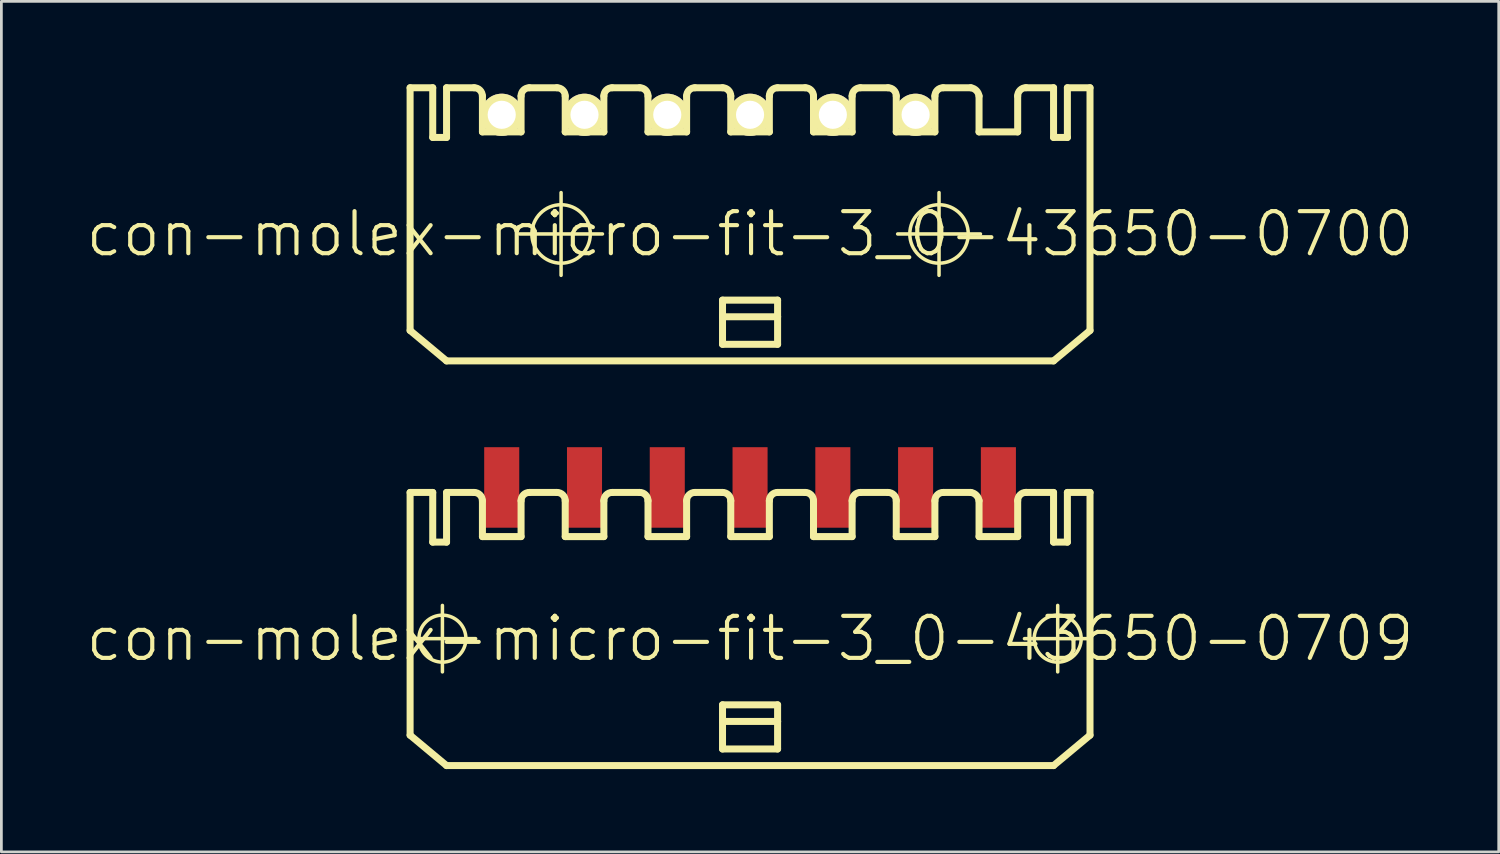
<source format=kicad_pcb>
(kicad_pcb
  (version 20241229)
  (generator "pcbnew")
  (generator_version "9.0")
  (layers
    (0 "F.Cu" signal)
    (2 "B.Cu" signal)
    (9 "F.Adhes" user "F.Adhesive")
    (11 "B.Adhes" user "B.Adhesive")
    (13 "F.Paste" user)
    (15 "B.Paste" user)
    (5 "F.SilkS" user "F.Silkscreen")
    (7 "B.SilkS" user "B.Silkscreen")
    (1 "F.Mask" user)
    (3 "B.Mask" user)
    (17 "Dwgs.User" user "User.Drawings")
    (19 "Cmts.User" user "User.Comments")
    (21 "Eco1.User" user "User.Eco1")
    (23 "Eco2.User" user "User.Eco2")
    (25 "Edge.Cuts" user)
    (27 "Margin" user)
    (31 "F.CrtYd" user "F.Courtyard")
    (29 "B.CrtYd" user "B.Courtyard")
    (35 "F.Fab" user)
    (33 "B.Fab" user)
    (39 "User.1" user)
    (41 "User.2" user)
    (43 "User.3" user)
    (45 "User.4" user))
  (footprint "con-molex-micro-fit-3_0-43650-0709"
    (layer "F.Cu")
    (at 24.13 20.093)
    (property "Reference" "con-molex-micro-fit-3_0-43650-0709" (at 0 0 0) (layer "F.SilkS") (effects (font (size 1.524 1.524) (thickness 0.15))))
    (attr smd)
    (fp_line (start -12.355 0) (end -9.944 0) (stroke (width 0.127) (type solid)) (layer "F.SilkS"))
    (fp_line (start -12.319 -5.298) (end -11.499 -5.298) (stroke (width 0.254) (type solid)) (layer "F.SilkS"))
    (fp_line (start -12.319 3.498) (end -12.319 -5.298) (stroke (width 0.254) (type solid)) (layer "F.SilkS"))
    (fp_line (start -12.319 3.498) (end -10.998 4.6) (stroke (width 0.254) (type solid)) (layer "F.SilkS"))
    (fp_line (start -11.499 -5.298) (end -11.499 -3.498) (stroke (width 0.254) (type solid)) (layer "F.SilkS"))
    (fp_line (start -11.499 -3.498) (end -10.998 -3.498) (stroke (width 0.254) (type solid)) (layer "F.SilkS"))
    (fp_line (start -11.148 1.204) (end -11.148 -1.204) (stroke (width 0.127) (type solid)) (layer "F.SilkS"))
    (fp_line (start -10.998 -5.298) (end -10 -5.298) (stroke (width 0.254) (type solid)) (layer "F.SilkS"))
    (fp_line (start -10.998 -3.498) (end -10.998 -5.298) (stroke (width 0.254) (type solid)) (layer "F.SilkS"))
    (fp_line (start -9.698 -3.698) (end -9.698 -4.999) (stroke (width 0.254) (type solid)) (layer "F.SilkS"))
    (fp_line (start -9.698 -3.698) (end -8.298 -3.698) (stroke (width 0.254) (type solid)) (layer "F.SilkS"))
    (fp_line (start -8.298 -3.698) (end -8.298 -4.999) (stroke (width 0.254) (type solid)) (layer "F.SilkS"))
    (fp_line (start -7.998 -5.298) (end -6.998 -5.298) (stroke (width 0.254) (type solid)) (layer "F.SilkS"))
    (fp_line (start -6.698 -3.698) (end -6.698 -4.999) (stroke (width 0.254) (type solid)) (layer "F.SilkS"))
    (fp_line (start -6.698 -3.698) (end -5.298 -3.698) (stroke (width 0.254) (type solid)) (layer "F.SilkS"))
    (fp_line (start -5.298 -3.698) (end -5.298 -4.999) (stroke (width 0.254) (type solid)) (layer "F.SilkS"))
    (fp_line (start -4.999 -5.298) (end -3.998 -5.298) (stroke (width 0.254) (type solid)) (layer "F.SilkS"))
    (fp_line (start -3.698 -3.698) (end -3.698 -4.999) (stroke (width 0.254) (type solid)) (layer "F.SilkS"))
    (fp_line (start -3.698 -3.698) (end -2.299 -3.698) (stroke (width 0.254) (type solid)) (layer "F.SilkS"))
    (fp_line (start -2.299 -3.698) (end -2.299 -4.999) (stroke (width 0.254) (type solid)) (layer "F.SilkS"))
    (fp_line (start -1.999 -5.298) (end -0.998 -5.298) (stroke (width 0.254) (type solid)) (layer "F.SilkS"))
    (fp_line (start -0.998 2.398) (end 0.998 2.398) (stroke (width 0.254) (type solid)) (layer "F.SilkS"))
    (fp_line (start -0.998 3) (end -0.998 2.398) (stroke (width 0.254) (type solid)) (layer "F.SilkS"))
    (fp_line (start -0.998 3) (end 0.998 3) (stroke (width 0.254) (type solid)) (layer "F.SilkS"))
    (fp_line (start -0.998 3.998) (end -0.998 3) (stroke (width 0.254) (type solid)) (layer "F.SilkS"))
    (fp_line (start -0.699 -3.698) (end -0.699 -4.999) (stroke (width 0.254) (type solid)) (layer "F.SilkS"))
    (fp_line (start -0.699 -3.698) (end 0.699 -3.698) (stroke (width 0.254) (type solid)) (layer "F.SilkS"))
    (fp_line (start 0.699 -3.698) (end 0.699 -4.999) (stroke (width 0.254) (type solid)) (layer "F.SilkS"))
    (fp_line (start 0.998 -5.298) (end 1.999 -5.298) (stroke (width 0.254) (type solid)) (layer "F.SilkS"))
    (fp_line (start 0.998 2.398) (end 0.998 3) (stroke (width 0.254) (type solid)) (layer "F.SilkS"))
    (fp_line (start 0.998 3) (end 0.998 3.998) (stroke (width 0.254) (type solid)) (layer "F.SilkS"))
    (fp_line (start 0.998 3.998) (end -0.998 3.998) (stroke (width 0.254) (type solid)) (layer "F.SilkS"))
    (fp_line (start 2.299 -3.698) (end 2.299 -4.999) (stroke (width 0.254) (type solid)) (layer "F.SilkS"))
    (fp_line (start 2.299 -3.698) (end 3.698 -3.698) (stroke (width 0.254) (type solid)) (layer "F.SilkS"))
    (fp_line (start 3.698 -3.698) (end 3.698 -4.999) (stroke (width 0.254) (type solid)) (layer "F.SilkS"))
    (fp_line (start 3.998 -5.298) (end 4.999 -5.298) (stroke (width 0.254) (type solid)) (layer "F.SilkS"))
    (fp_line (start 5.298 -3.698) (end 5.298 -4.999) (stroke (width 0.254) (type solid)) (layer "F.SilkS"))
    (fp_line (start 5.298 -3.698) (end 6.698 -3.698) (stroke (width 0.254) (type solid)) (layer "F.SilkS"))
    (fp_line (start 6.698 -3.698) (end 6.698 -4.999) (stroke (width 0.254) (type solid)) (layer "F.SilkS"))
    (fp_line (start 6.998 -5.298) (end 7.998 -5.298) (stroke (width 0.254) (type solid)) (layer "F.SilkS"))
    (fp_line (start 8.298 -4.999) (end 8.298 -3.698) (stroke (width 0.254) (type solid)) (layer "F.SilkS"))
    (fp_line (start 8.298 -3.698) (end 9.698 -3.698) (stroke (width 0.254) (type solid)) (layer "F.SilkS"))
    (fp_line (start 9.698 -3.698) (end 9.698 -4.999) (stroke (width 0.254) (type solid)) (layer "F.SilkS"))
    (fp_line (start 9.944 0) (end 12.355 0) (stroke (width 0.127) (type solid)) (layer "F.SilkS"))
    (fp_line (start 10 -5.298) (end 10.998 -5.298) (stroke (width 0.254) (type solid)) (layer "F.SilkS"))
    (fp_line (start 10.998 -3.498) (end 10.998 -5.298) (stroke (width 0.254) (type solid)) (layer "F.SilkS"))
    (fp_line (start 10.998 4.6) (end -10.998 4.6) (stroke (width 0.254) (type solid)) (layer "F.SilkS"))
    (fp_line (start 11.148 1.204) (end 11.148 -1.204) (stroke (width 0.127) (type solid)) (layer "F.SilkS"))
    (fp_line (start 11.499 -5.298) (end 11.499 -3.498) (stroke (width 0.254) (type solid)) (layer "F.SilkS"))
    (fp_line (start 11.499 -5.298) (end 12.319 -5.298) (stroke (width 0.254) (type solid)) (layer "F.SilkS"))
    (fp_line (start 11.499 -3.498) (end 10.998 -3.498) (stroke (width 0.254) (type solid)) (layer "F.SilkS"))
    (fp_line (start 12.319 -5.298) (end 12.319 3.498) (stroke (width 0.254) (type solid)) (layer "F.SilkS"))
    (fp_line (start 12.319 3.498) (end 10.998 4.6) (stroke (width 0.254) (type solid)) (layer "F.SilkS"))
    (fp_arc (start -9.99998 -5.29844) (mid -9.788046 -5.210654) (end -9.70026 -4.99872) (stroke (width 0.254) (type solid)) (layer "F.SilkS"))
    (fp_arc (start -8.29818 -4.99872) (mid -8.210394 -5.210654) (end -7.99846 -5.29844) (stroke (width 0.254) (type solid)) (layer "F.SilkS"))
    (fp_arc (start -6.9977 -5.29844) (mid -6.785766 -5.210654) (end -6.69798 -4.99872) (stroke (width 0.254) (type solid)) (layer "F.SilkS"))
    (fp_arc (start -5.29844 -4.99872) (mid -5.210654 -5.210654) (end -4.99872 -5.29844) (stroke (width 0.254) (type solid)) (layer "F.SilkS"))
    (fp_arc (start -3.99796 -5.29844) (mid -3.786026 -5.210654) (end -3.69824 -4.99872) (stroke (width 0.254) (type solid)) (layer "F.SilkS"))
    (fp_arc (start -2.2987 -4.99872) (mid -2.210914 -5.210654) (end -1.99898 -5.29844) (stroke (width 0.254) (type solid)) (layer "F.SilkS"))
    (fp_arc (start -0.99822 -5.29844) (mid -0.786286 -5.210654) (end -0.6985 -4.99872) (stroke (width 0.254) (type solid)) (layer "F.SilkS"))
    (fp_arc (start 0.6985 -4.99872) (mid 0.786286 -5.210654) (end 0.99822 -5.29844) (stroke (width 0.254) (type solid)) (layer "F.SilkS"))
    (fp_arc (start 1.99898 -5.29844) (mid 2.210914 -5.210654) (end 2.2987 -4.99872) (stroke (width 0.254) (type solid)) (layer "F.SilkS"))
    (fp_arc (start 3.69824 -4.99872) (mid 3.786026 -5.210654) (end 3.99796 -5.29844) (stroke (width 0.254) (type solid)) (layer "F.SilkS"))
    (fp_arc (start 4.99872 -5.29844) (mid 5.210654 -5.210654) (end 5.29844 -4.99872) (stroke (width 0.254) (type solid)) (layer "F.SilkS"))
    (fp_arc (start 6.69798 -4.99872) (mid 6.785766 -5.210654) (end 6.9977 -5.29844) (stroke (width 0.254) (type solid)) (layer "F.SilkS"))
    (fp_arc (start 7.99846 -5.29844) (mid 8.198525 -5.197943) (end 8.298349 -4.997541) (stroke (width 0.254) (type solid)) (layer "F.SilkS"))
    (fp_arc (start 9.69772 -4.99872) (mid 9.78625 -5.21245) (end 9.99998 -5.30098) (stroke (width 0.254) (type solid)) (layer "F.SilkS"))
    (fp_circle (center -11.148 0) (end -11.75 0.602) (stroke (width 0.127) (type solid)) (fill no) (layer "F.SilkS"))
    (fp_circle (center 11.148 0) (end 11.75 0.602) (stroke (width 0.127) (type solid)) (fill no) (layer "F.SilkS"))
    (pad "P$1" smd rect (at 8.999 -5.479) (size 1.27 2.918) (layers "F.Cu" "F.Mask" "F.Paste"))
    (pad "P$2" smd rect (at 5.999 -5.479) (size 1.27 2.918) (layers "F.Cu" "F.Mask" "F.Paste"))
    (pad "P$3" smd rect (at 3 -5.479) (size 1.27 2.918) (layers "F.Cu" "F.Mask" "F.Paste"))
    (pad "P$4" smd rect (at 0 -5.479) (size 1.27 2.918) (layers "F.Cu" "F.Mask" "F.Paste"))
    (pad "P$5" smd rect (at -3 -5.479) (size 1.27 2.918) (layers "F.Cu" "F.Mask" "F.Paste"))
    (pad "P$6" smd rect (at -5.999 -5.479) (size 1.27 2.918) (layers "F.Cu" "F.Mask" "F.Paste"))
    (pad "P$7" smd rect (at -8.999 -5.479) (size 1.27 2.918) (layers "F.Cu" "F.Mask" "F.Paste")))
  (footprint "con-molex-micro-fit-3_0-43650-0700"
    (layer "F.Cu")
    (at 24.13 5.428)
    (property "Reference" "con-molex-micro-fit-3_0-43650-0700" (at 0 0 0) (layer "F.SilkS") (effects (font (size 1.524 1.524) (thickness 0.15))))
    (attr exclude_from_pos_files exclude_from_bom)
    (fp_line (start -12.319 -5.298) (end -11.499 -5.298) (stroke (width 0.254) (type solid)) (layer "F.SilkS"))
    (fp_line (start -12.319 3.498) (end -12.319 -5.298) (stroke (width 0.254) (type solid)) (layer "F.SilkS"))
    (fp_line (start -12.319 3.498) (end -10.998 4.6) (stroke (width 0.254) (type solid)) (layer "F.SilkS"))
    (fp_line (start -11.499 -5.298) (end -11.499 -3.498) (stroke (width 0.254) (type solid)) (layer "F.SilkS"))
    (fp_line (start -11.499 -3.498) (end -10.998 -3.498) (stroke (width 0.254) (type solid)) (layer "F.SilkS"))
    (fp_line (start -10.998 -5.298) (end -10 -5.298) (stroke (width 0.254) (type solid)) (layer "F.SilkS"))
    (fp_line (start -10.998 -3.498) (end -10.998 -5.298) (stroke (width 0.254) (type solid)) (layer "F.SilkS"))
    (fp_line (start -9.698 -3.698) (end -9.698 -4.999) (stroke (width 0.254) (type solid)) (layer "F.SilkS"))
    (fp_line (start -9.698 -3.698) (end -8.298 -3.698) (stroke (width 0.254) (type solid)) (layer "F.SilkS"))
    (fp_line (start -8.349 0) (end -5.349 0) (stroke (width 0.127) (type solid)) (layer "F.SilkS"))
    (fp_line (start -8.298 -3.698) (end -8.298 -4.999) (stroke (width 0.254) (type solid)) (layer "F.SilkS"))
    (fp_line (start -7.998 -5.298) (end -6.998 -5.298) (stroke (width 0.254) (type solid)) (layer "F.SilkS"))
    (fp_line (start -6.848 1.499) (end -6.848 -1.499) (stroke (width 0.127) (type solid)) (layer "F.SilkS"))
    (fp_line (start -6.698 -3.698) (end -6.698 -4.999) (stroke (width 0.254) (type solid)) (layer "F.SilkS"))
    (fp_line (start -6.698 -3.698) (end -5.298 -3.698) (stroke (width 0.254) (type solid)) (layer "F.SilkS"))
    (fp_line (start -5.298 -3.698) (end -5.298 -4.999) (stroke (width 0.254) (type solid)) (layer "F.SilkS"))
    (fp_line (start -4.999 -5.298) (end -3.998 -5.298) (stroke (width 0.254) (type solid)) (layer "F.SilkS"))
    (fp_line (start -3.698 -3.698) (end -3.698 -4.999) (stroke (width 0.254) (type solid)) (layer "F.SilkS"))
    (fp_line (start -3.698 -3.698) (end -2.299 -3.698) (stroke (width 0.254) (type solid)) (layer "F.SilkS"))
    (fp_line (start -2.299 -3.698) (end -2.299 -4.999) (stroke (width 0.254) (type solid)) (layer "F.SilkS"))
    (fp_line (start -1.999 -5.298) (end -0.998 -5.298) (stroke (width 0.254) (type solid)) (layer "F.SilkS"))
    (fp_line (start -0.998 2.398) (end 0.998 2.398) (stroke (width 0.254) (type solid)) (layer "F.SilkS"))
    (fp_line (start -0.998 3) (end -0.998 2.398) (stroke (width 0.254) (type solid)) (layer "F.SilkS"))
    (fp_line (start -0.998 3) (end 0.998 3) (stroke (width 0.254) (type solid)) (layer "F.SilkS"))
    (fp_line (start -0.998 3.998) (end -0.998 3) (stroke (width 0.254) (type solid)) (layer "F.SilkS"))
    (fp_line (start -0.699 -3.698) (end -0.699 -4.999) (stroke (width 0.254) (type solid)) (layer "F.SilkS"))
    (fp_line (start -0.699 -3.698) (end 0.699 -3.698) (stroke (width 0.254) (type solid)) (layer "F.SilkS"))
    (fp_line (start 0.699 -3.698) (end 0.699 -4.999) (stroke (width 0.254) (type solid)) (layer "F.SilkS"))
    (fp_line (start 0.998 -5.298) (end 1.999 -5.298) (stroke (width 0.254) (type solid)) (layer "F.SilkS"))
    (fp_line (start 0.998 2.398) (end 0.998 3) (stroke (width 0.254) (type solid)) (layer "F.SilkS"))
    (fp_line (start 0.998 3) (end 0.998 3.998) (stroke (width 0.254) (type solid)) (layer "F.SilkS"))
    (fp_line (start 0.998 3.998) (end -0.998 3.998) (stroke (width 0.254) (type solid)) (layer "F.SilkS"))
    (fp_line (start 2.299 -3.698) (end 2.299 -4.999) (stroke (width 0.254) (type solid)) (layer "F.SilkS"))
    (fp_line (start 2.299 -3.698) (end 3.698 -3.698) (stroke (width 0.254) (type solid)) (layer "F.SilkS"))
    (fp_line (start 3.698 -3.698) (end 3.698 -4.999) (stroke (width 0.254) (type solid)) (layer "F.SilkS"))
    (fp_line (start 3.998 -5.298) (end 4.999 -5.298) (stroke (width 0.254) (type solid)) (layer "F.SilkS"))
    (fp_line (start 5.298 -3.698) (end 5.298 -4.999) (stroke (width 0.254) (type solid)) (layer "F.SilkS"))
    (fp_line (start 5.298 -3.698) (end 6.698 -3.698) (stroke (width 0.254) (type solid)) (layer "F.SilkS"))
    (fp_line (start 5.349 0) (end 8.349 0) (stroke (width 0.127) (type solid)) (layer "F.SilkS"))
    (fp_line (start 6.698 -3.698) (end 6.698 -4.999) (stroke (width 0.254) (type solid)) (layer "F.SilkS"))
    (fp_line (start 6.848 1.499) (end 6.848 -1.499) (stroke (width 0.127) (type solid)) (layer "F.SilkS"))
    (fp_line (start 6.998 -5.298) (end 7.998 -5.298) (stroke (width 0.254) (type solid)) (layer "F.SilkS"))
    (fp_line (start 8.298 -4.999) (end 8.298 -3.698) (stroke (width 0.254) (type solid)) (layer "F.SilkS"))
    (fp_line (start 8.298 -3.698) (end 9.698 -3.698) (stroke (width 0.254) (type solid)) (layer "F.SilkS"))
    (fp_line (start 9.698 -3.698) (end 9.698 -4.999) (stroke (width 0.254) (type solid)) (layer "F.SilkS"))
    (fp_line (start 10 -5.298) (end 10.998 -5.298) (stroke (width 0.254) (type solid)) (layer "F.SilkS"))
    (fp_line (start 10.998 -3.498) (end 10.998 -5.298) (stroke (width 0.254) (type solid)) (layer "F.SilkS"))
    (fp_line (start 10.998 4.6) (end -10.998 4.6) (stroke (width 0.254) (type solid)) (layer "F.SilkS"))
    (fp_line (start 11.499 -5.298) (end 11.499 -3.498) (stroke (width 0.254) (type solid)) (layer "F.SilkS"))
    (fp_line (start 11.499 -5.298) (end 12.319 -5.298) (stroke (width 0.254) (type solid)) (layer "F.SilkS"))
    (fp_line (start 11.499 -3.498) (end 10.998 -3.498) (stroke (width 0.254) (type solid)) (layer "F.SilkS"))
    (fp_line (start 12.319 -5.298) (end 12.319 3.498) (stroke (width 0.254) (type solid)) (layer "F.SilkS"))
    (fp_line (start 12.319 3.498) (end 10.998 4.6) (stroke (width 0.254) (type solid)) (layer "F.SilkS"))
    (fp_arc (start -9.99998 -5.29844) (mid -9.788046 -5.210654) (end -9.70026 -4.99872) (stroke (width 0.254) (type solid)) (layer "F.SilkS"))
    (fp_arc (start -8.29818 -4.99872) (mid -8.210394 -5.210654) (end -7.99846 -5.29844) (stroke (width 0.254) (type solid)) (layer "F.SilkS"))
    (fp_arc (start -6.9977 -5.29844) (mid -6.785766 -5.210654) (end -6.69798 -4.99872) (stroke (width 0.254) (type solid)) (layer "F.SilkS"))
    (fp_arc (start -5.29844 -4.99872) (mid -5.210654 -5.210654) (end -4.99872 -5.29844) (stroke (width 0.254) (type solid)) (layer "F.SilkS"))
    (fp_arc (start -3.99796 -5.29844) (mid -3.786026 -5.210654) (end -3.69824 -4.99872) (stroke (width 0.254) (type solid)) (layer "F.SilkS"))
    (fp_arc (start -2.2987 -4.99872) (mid -2.210914 -5.210654) (end -1.99898 -5.29844) (stroke (width 0.254) (type solid)) (layer "F.SilkS"))
    (fp_arc (start -0.99822 -5.29844) (mid -0.786286 -5.210654) (end -0.6985 -4.99872) (stroke (width 0.254) (type solid)) (layer "F.SilkS"))
    (fp_arc (start 0.6985 -4.99872) (mid 0.786286 -5.210654) (end 0.99822 -5.29844) (stroke (width 0.254) (type solid)) (layer "F.SilkS"))
    (fp_arc (start 1.99898 -5.29844) (mid 2.210914 -5.210654) (end 2.2987 -4.99872) (stroke (width 0.254) (type solid)) (layer "F.SilkS"))
    (fp_arc (start 3.69824 -4.99872) (mid 3.786026 -5.210654) (end 3.99796 -5.29844) (stroke (width 0.254) (type solid)) (layer "F.SilkS"))
    (fp_arc (start 4.99872 -5.29844) (mid 5.210654 -5.210654) (end 5.29844 -4.99872) (stroke (width 0.254) (type solid)) (layer "F.SilkS"))
    (fp_arc (start 6.69798 -4.99872) (mid 6.785766 -5.210654) (end 6.9977 -5.29844) (stroke (width 0.254) (type solid)) (layer "F.SilkS"))
    (fp_arc (start 7.99846 -5.29844) (mid 8.198525 -5.197943) (end 8.298349 -4.997541) (stroke (width 0.254) (type solid)) (layer "F.SilkS"))
    (fp_arc (start 9.69772 -4.99872) (mid 9.78625 -5.21245) (end 9.99998 -5.30098) (stroke (width 0.254) (type solid)) (layer "F.SilkS"))
    (fp_circle (center -6.848 0) (end -7.597 0.749) (stroke (width 0.127) (type solid)) (fill no) (layer "F.SilkS"))
    (fp_circle (center 6.848 0) (end 7.597 0.749) (stroke (width 0.127) (type solid)) (fill no) (layer "F.SilkS"))
    (pad "P$1" thru_hole rect (at 8.999 -4.318) (size 0.001 0.001) (drill 1.019) (layers "*.Cu" "F.Mask" "F.SilkS" "F.Paste"))
    (pad "P$2" thru_hole circle (at 5.999 -4.318) (size 1.529 1.529) (drill 1.019) (layers "*.Cu" "F.Mask" "F.SilkS" "F.Paste"))
    (pad "P$3" thru_hole circle (at 3 -4.318) (size 1.529 1.529) (drill 1.019) (layers "*.Cu" "F.Mask" "F.SilkS" "F.Paste"))
    (pad "P$4" thru_hole circle (at 0 -4.318) (size 1.529 1.529) (drill 1.019) (layers "*.Cu" "F.Mask" "F.SilkS" "F.Paste"))
    (pad "P$5" thru_hole circle (at -3 -4.318) (size 1.529 1.529) (drill 1.019) (layers "*.Cu" "F.Mask" "F.SilkS" "F.Paste"))
    (pad "P$6" thru_hole circle (at -5.999 -4.318) (size 1.529 1.529) (drill 1.019) (layers "*.Cu" "F.Mask" "F.SilkS" "F.Paste"))
    (pad "P$7" thru_hole circle (at -8.999 -4.318) (size 1.529 1.529) (drill 1.019) (layers "*.Cu" "F.Mask" "F.SilkS" "F.Paste")))
  (gr_rect
    (start -3 -3)
    (end 51.26 27.82)
    (stroke (width 0.1) (type default))
    (fill no)
    (layer "Edge.Cuts")))
</source>
